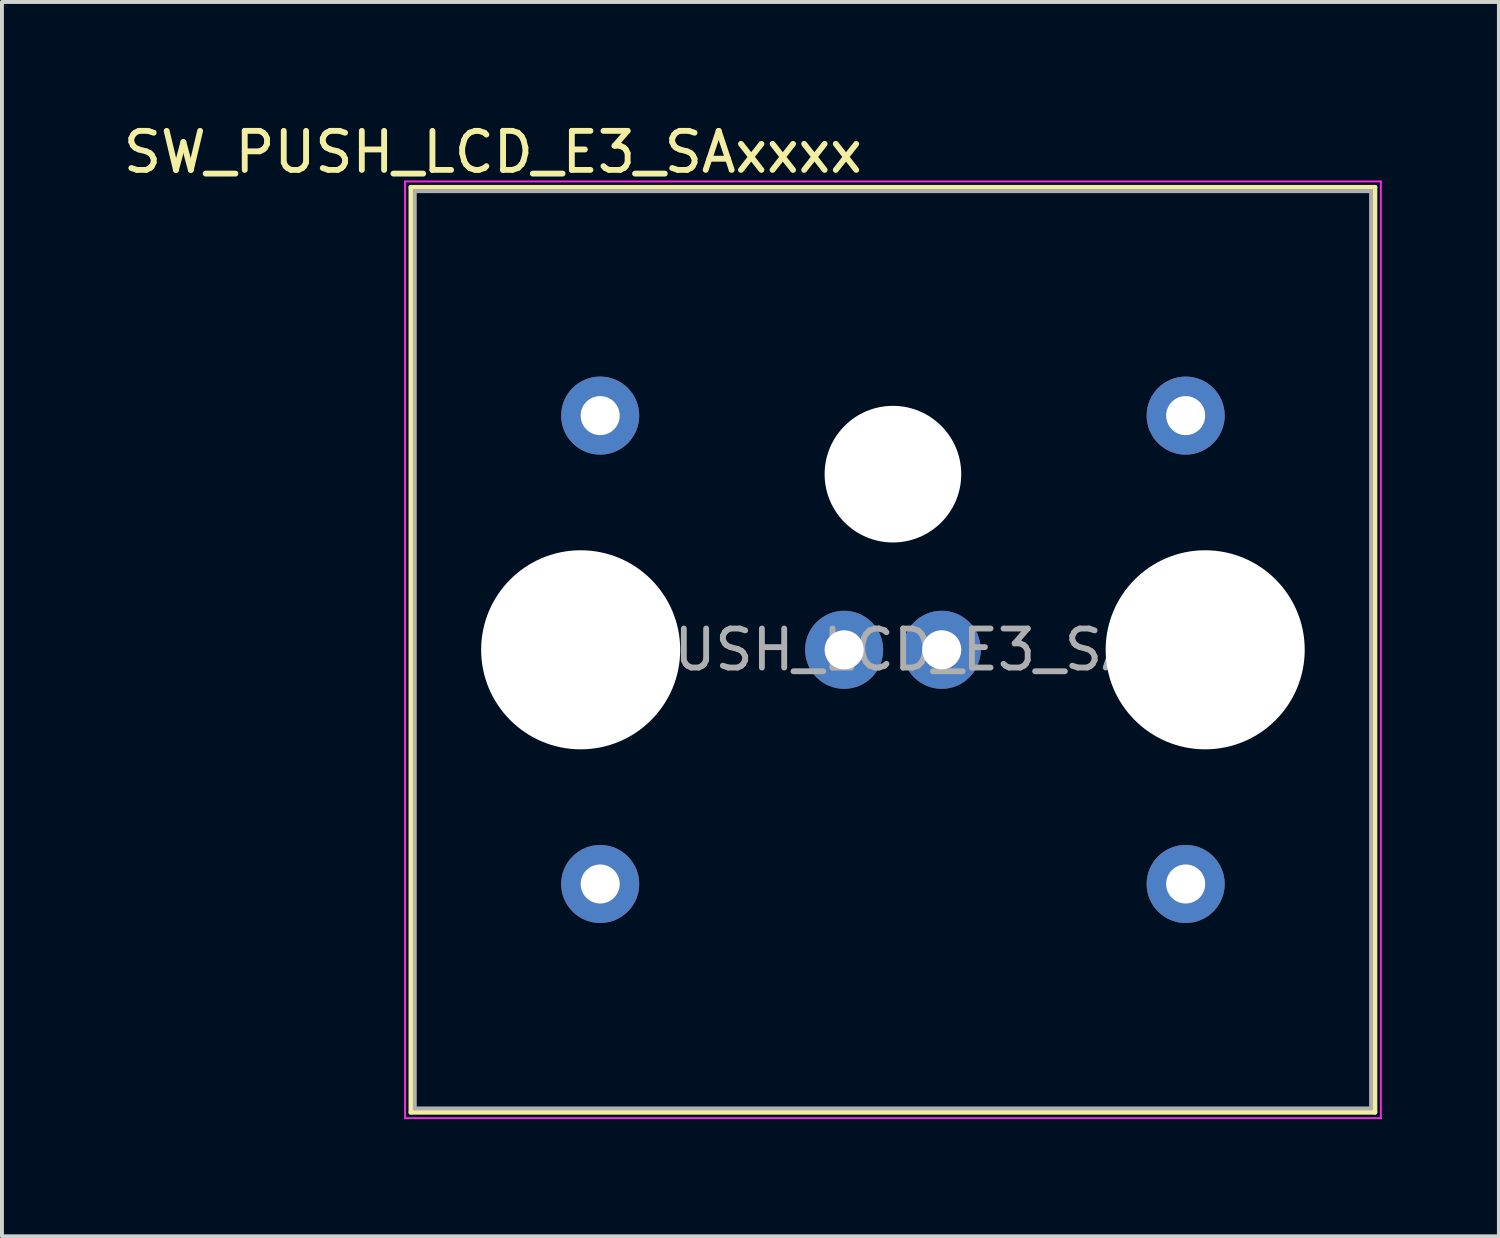
<source format=kicad_pcb>
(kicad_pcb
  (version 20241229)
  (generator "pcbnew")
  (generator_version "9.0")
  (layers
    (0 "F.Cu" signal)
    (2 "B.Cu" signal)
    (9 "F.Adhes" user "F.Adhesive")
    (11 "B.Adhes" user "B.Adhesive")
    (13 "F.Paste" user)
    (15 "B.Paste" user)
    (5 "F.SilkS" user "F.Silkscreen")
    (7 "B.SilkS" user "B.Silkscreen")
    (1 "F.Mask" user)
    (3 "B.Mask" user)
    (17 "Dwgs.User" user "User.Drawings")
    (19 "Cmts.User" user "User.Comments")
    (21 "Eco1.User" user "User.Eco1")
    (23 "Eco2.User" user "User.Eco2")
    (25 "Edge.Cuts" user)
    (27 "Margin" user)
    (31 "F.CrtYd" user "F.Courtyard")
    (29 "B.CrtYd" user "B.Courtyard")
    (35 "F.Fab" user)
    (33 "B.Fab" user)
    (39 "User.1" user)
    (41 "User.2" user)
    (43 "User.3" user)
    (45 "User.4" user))
  (footprint "SW_PUSH_LCD_E3_SAxxxx"
    (layer "F.Cu")
    (at 27.327 7.598)
    (property "Reference" "SW_PUSH_LCD_E3_SAxxxx" (at -17.75 -6.75 0) (layer "F.SilkS") (effects (font (size 1 1) (thickness 0.15))))
    (attr through_hole)
    (fp_line (start -19.85 -5.85) (end -19.85 17.85) (stroke (width 0.12) (type solid)) (layer "F.SilkS"))
    (fp_line (start -19.85 17.85) (end 4.85 17.85) (stroke (width 0.12) (type solid)) (layer "F.SilkS"))
    (fp_line (start 4.85 -5.85) (end -19.85 -5.85) (stroke (width 0.12) (type solid)) (layer "F.SilkS"))
    (fp_line (start 4.85 17.85) (end 4.85 -5.85) (stroke (width 0.12) (type solid)) (layer "F.SilkS"))
    (fp_line (start -20 -6) (end -20 18) (stroke (width 0.05) (type solid)) (layer "F.CrtYd"))
    (fp_line (start -20 18) (end 5 18) (stroke (width 0.05) (type solid)) (layer "F.CrtYd"))
    (fp_line (start 5 -6) (end -20 -6) (stroke (width 0.05) (type solid)) (layer "F.CrtYd"))
    (fp_line (start 5 18) (end 5 -6) (stroke (width 0.05) (type solid)) (layer "F.CrtYd"))
    (fp_line (start -19.75 -5.75) (end -19.75 17.75) (stroke (width 0.1) (type solid)) (layer "F.Fab"))
    (fp_line (start -19.75 17.75) (end 4.75 17.75) (stroke (width 0.1) (type solid)) (layer "F.Fab"))
    (fp_line (start 4.75 -5.75) (end -19.75 -5.75) (stroke (width 0.1) (type solid)) (layer "F.Fab"))
    (fp_line (start 4.75 -5.75) (end 4.75 17.75) (stroke (width 0.1) (type solid)) (layer "F.Fab"))
    (fp_text user "${REFERENCE}" (at -7.5 6 0) (layer "F.Fab") (effects (font (size 1 1) (thickness 0.15))))
    (pad "" np_thru_hole circle (at -15.5 6) (size 5.1 5.1) (drill 5.1) (layers "*.Cu" "*.Mask"))
    (pad "" np_thru_hole circle (at -7.5 1.5) (size 3.5 3.5) (drill 3.5) (layers "*.Cu" "*.Mask"))
    (pad "" np_thru_hole circle (at 0.5 6) (size 5.1 5.1) (drill 5.1) (layers "*.Cu" "*.Mask"))
    (pad "1" thru_hole circle (at 0 0) (size 2 2) (drill 1) (layers "*.Cu" "*.Mask"))
    (pad "2" thru_hole circle (at 0 12) (size 2 2) (drill 1) (layers "*.Cu" "*.Mask"))
    (pad "3" thru_hole circle (at -15 0) (size 2 2) (drill 1) (layers "*.Cu" "*.Mask"))
    (pad "4" thru_hole circle (at -15 12) (size 2 2) (drill 1) (layers "*.Cu" "*.Mask"))
    (pad "5" thru_hole circle (at -8.75 6) (size 2 2) (drill 1) (layers "*.Cu" "*.Mask"))
    (pad "6" thru_hole circle (at -6.25 6) (size 2 2) (drill 1) (layers "*.Cu" "*.Mask")))
  (gr_rect
    (start -3 -3)
    (end 35.352 28.623)
    (stroke (width 0.1) (type default))
    (fill no)
    (layer "Edge.Cuts")))
</source>
